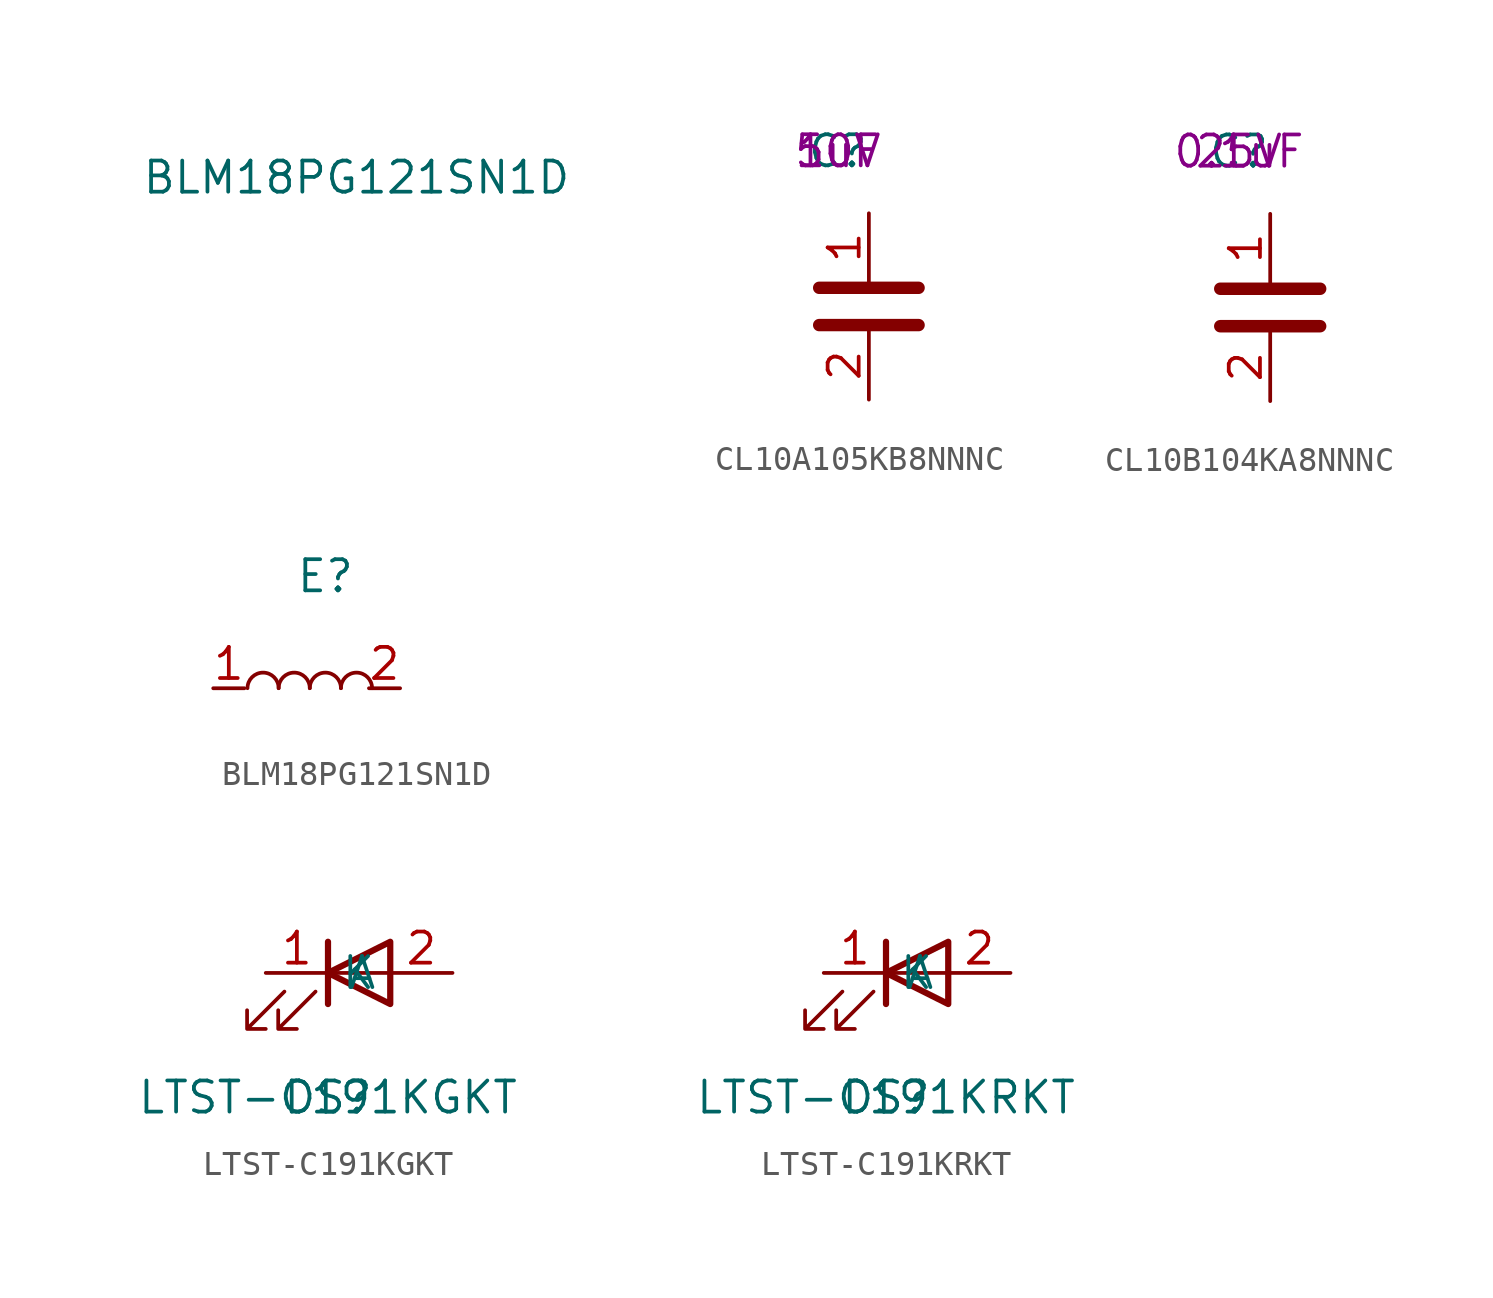
<source format=kicad_sym>
(kicad_symbol_lib
  (version 20241209)
  (generator "kicad_symbol_editor")
  (generator_version "9.0")
  (symbol "BLM18PG121SN1D"
    (property "Reference" "E"
      (at 0.762 2.032 0)
      (effects (font (size 1.27 1.27))))
    (property "Value" "BLM18PG121SN1D"
      (at 2.032 18.288 0)
      (effects (font (size 1.27 1.27))))
    (symbol "BLM18PG121SN1D_0_1"
      (arc (start -2.413 -2.5373) (mid -1.778 -1.905) (end -1.143 -2.5373) (stroke (width 0) (type default)) (fill (type none)))
      (arc (start -1.143 -2.5373) (mid -0.508 -1.905) (end 0.127 -2.5373) (stroke (width 0) (type default)) (fill (type none)))
      (arc (start 0.127 -2.5373) (mid 0.762 -1.905) (end 1.397 -2.5373) (stroke (width 0) (type default)) (fill (type none)))
      (arc (start 1.397 -2.5373) (mid 2.032 -1.905) (end 2.667 -2.5373) (stroke (width 0) (type default)) (fill (type none))))
    (symbol "BLM18PG121SN1D_1_1"
      (pin passive line (at -3.81 -2.54 0) (length 1.27) (name "" (effects (font (size 1.27 1.27)))) (number "1" (effects (font (size 1.27 1.27)))))
      (pin passive line (at 3.81 -2.54 180) (length 1.27) (name "" (effects (font (size 1.27 1.27)))) (number "2" (effects (font (size 1.27 1.27)))))))
  (symbol "CL10A105KB8NNNC"
    (property "Reference" "C"
      (at 0 0 0)
      (effects (font (size 1.27 1.27))))
    (property "C" "1uF"
      (at 0 0 0)
      (effects (font (size 1.27 1.27))))
    (property "V" "50V"
      (at 0 0 0)
      (effects (font (size 1.27 1.27))))
    (symbol "CL10A105KB8NNNC_0_1"
      (polyline (pts (xy -0.762 -5.588) (xy 3.302 -5.588)) (stroke (width 0.508) (type default)) (fill (type none)))
      (polyline (pts (xy -0.762 -7.112) (xy 3.302 -7.112)) (stroke (width 0.508) (type default)) (fill (type none))))
    (symbol "CL10A105KB8NNNC_1_1"
      (pin passive line (at 1.27 -2.54 270) (length 2.794) (name "~" (effects (font (size 1.27 1.27)))) (number "1" (effects (font (size 1.27 1.27)))))
      (pin passive line (at 1.27 -10.16 90) (length 2.794) (name "~" (effects (font (size 1.27 1.27)))) (number "2" (effects (font (size 1.27 1.27)))))))
  (symbol "CL10B104KA8NNNC"
    (property "Reference" "C"
      (at 0 0 0)
      (effects (font (size 1.27 1.27))))
    (property "V" "25V"
      (at 0 0 0)
      (effects (font (size 1.27 1.27))))
    (property "C" "0.1uF"
      (at 0 0 0)
      (effects (font (size 1.27 1.27))))
    (symbol "CL10B104KA8NNNC_0_1"
      (polyline (pts (xy -0.762 -5.588) (xy 3.302 -5.588)) (stroke (width 0.508) (type default)) (fill (type none)))
      (polyline (pts (xy -0.762 -7.112) (xy 3.302 -7.112)) (stroke (width 0.508) (type default)) (fill (type none))))
    (symbol "CL10B104KA8NNNC_1_1"
      (pin passive line (at 1.27 -2.54 270) (length 2.794) (name "~" (effects (font (size 1.27 1.27)))) (number "1" (effects (font (size 1.27 1.27)))))
      (pin passive line (at 1.27 -10.16 90) (length 2.794) (name "~" (effects (font (size 1.27 1.27)))) (number "2" (effects (font (size 1.27 1.27)))))))
  (symbol "LTST-C191KGKT"
    (property "Reference" "DS"
      (at 0 0 0)
      (effects (font (size 1.27 1.27))))
    (property "Value" "LTST-C191KGKT"
      (at 0 0 0)
      (effects (font (size 1.27 1.27))))
    (symbol "LTST-C191KGKT_0_1"
      (polyline (pts (xy -1.778 4.318) (xy -3.302 2.794) (xy -2.54 2.794) (xy -3.302 2.794) (xy -3.302 3.556)) (stroke (width 0) (type default)) (fill (type none)))
      (polyline (pts (xy -0.508 4.318) (xy -2.032 2.794) (xy -1.27 2.794) (xy -2.032 2.794) (xy -2.032 3.556)) (stroke (width 0) (type default)) (fill (type none)))
      (polyline (pts (xy 0 5.08) (xy 2.54 5.08)) (stroke (width 0) (type default)) (fill (type none)))
      (polyline (pts (xy 0 3.81) (xy 0 6.35)) (stroke (width 0.254) (type default)) (fill (type none)))
      (polyline (pts (xy 2.54 3.81) (xy 2.54 6.35) (xy 0 5.08) (xy 2.54 3.81)) (stroke (width 0.254) (type default)) (fill (type none))))
    (symbol "LTST-C191KGKT_1_1"
      (pin passive line (at -2.54 5.08 0) (length 2.54) (name "K" (effects (font (size 1.27 1.27)))) (number "1" (effects (font (size 1.27 1.27)))))
      (pin passive line (at 5.08 5.08 180) (length 2.54) (name "A" (effects (font (size 1.27 1.27)))) (number "2" (effects (font (size 1.27 1.27)))))))
  (symbol "LTST-C191KRKT"
    (property "Reference" "DS"
      (at 0 0 0)
      (effects (font (size 1.27 1.27))))
    (property "Value" "LTST-C191KRKT"
      (at 0 0 0)
      (effects (font (size 1.27 1.27))))
    (symbol "LTST-C191KRKT_0_1"
      (polyline (pts (xy -1.778 4.318) (xy -3.302 2.794) (xy -2.54 2.794) (xy -3.302 2.794) (xy -3.302 3.556)) (stroke (width 0) (type default)) (fill (type none)))
      (polyline (pts (xy -0.508 4.318) (xy -2.032 2.794) (xy -1.27 2.794) (xy -2.032 2.794) (xy -2.032 3.556)) (stroke (width 0) (type default)) (fill (type none)))
      (polyline (pts (xy 0 5.08) (xy 2.54 5.08)) (stroke (width 0) (type default)) (fill (type none)))
      (polyline (pts (xy 0 3.81) (xy 0 6.35)) (stroke (width 0.254) (type default)) (fill (type none)))
      (polyline (pts (xy 2.54 3.81) (xy 2.54 6.35) (xy 0 5.08) (xy 2.54 3.81)) (stroke (width 0.254) (type default)) (fill (type none))))
    (symbol "LTST-C191KRKT_1_1"
      (pin passive line (at -2.54 5.08 0) (length 2.54) (name "K" (effects (font (size 1.27 1.27)))) (number "1" (effects (font (size 1.27 1.27)))))
      (pin passive line (at 5.08 5.08 180) (length 2.54) (name "A" (effects (font (size 1.27 1.27)))) (number "2" (effects (font (size 1.27 1.27))))))))
</source>
